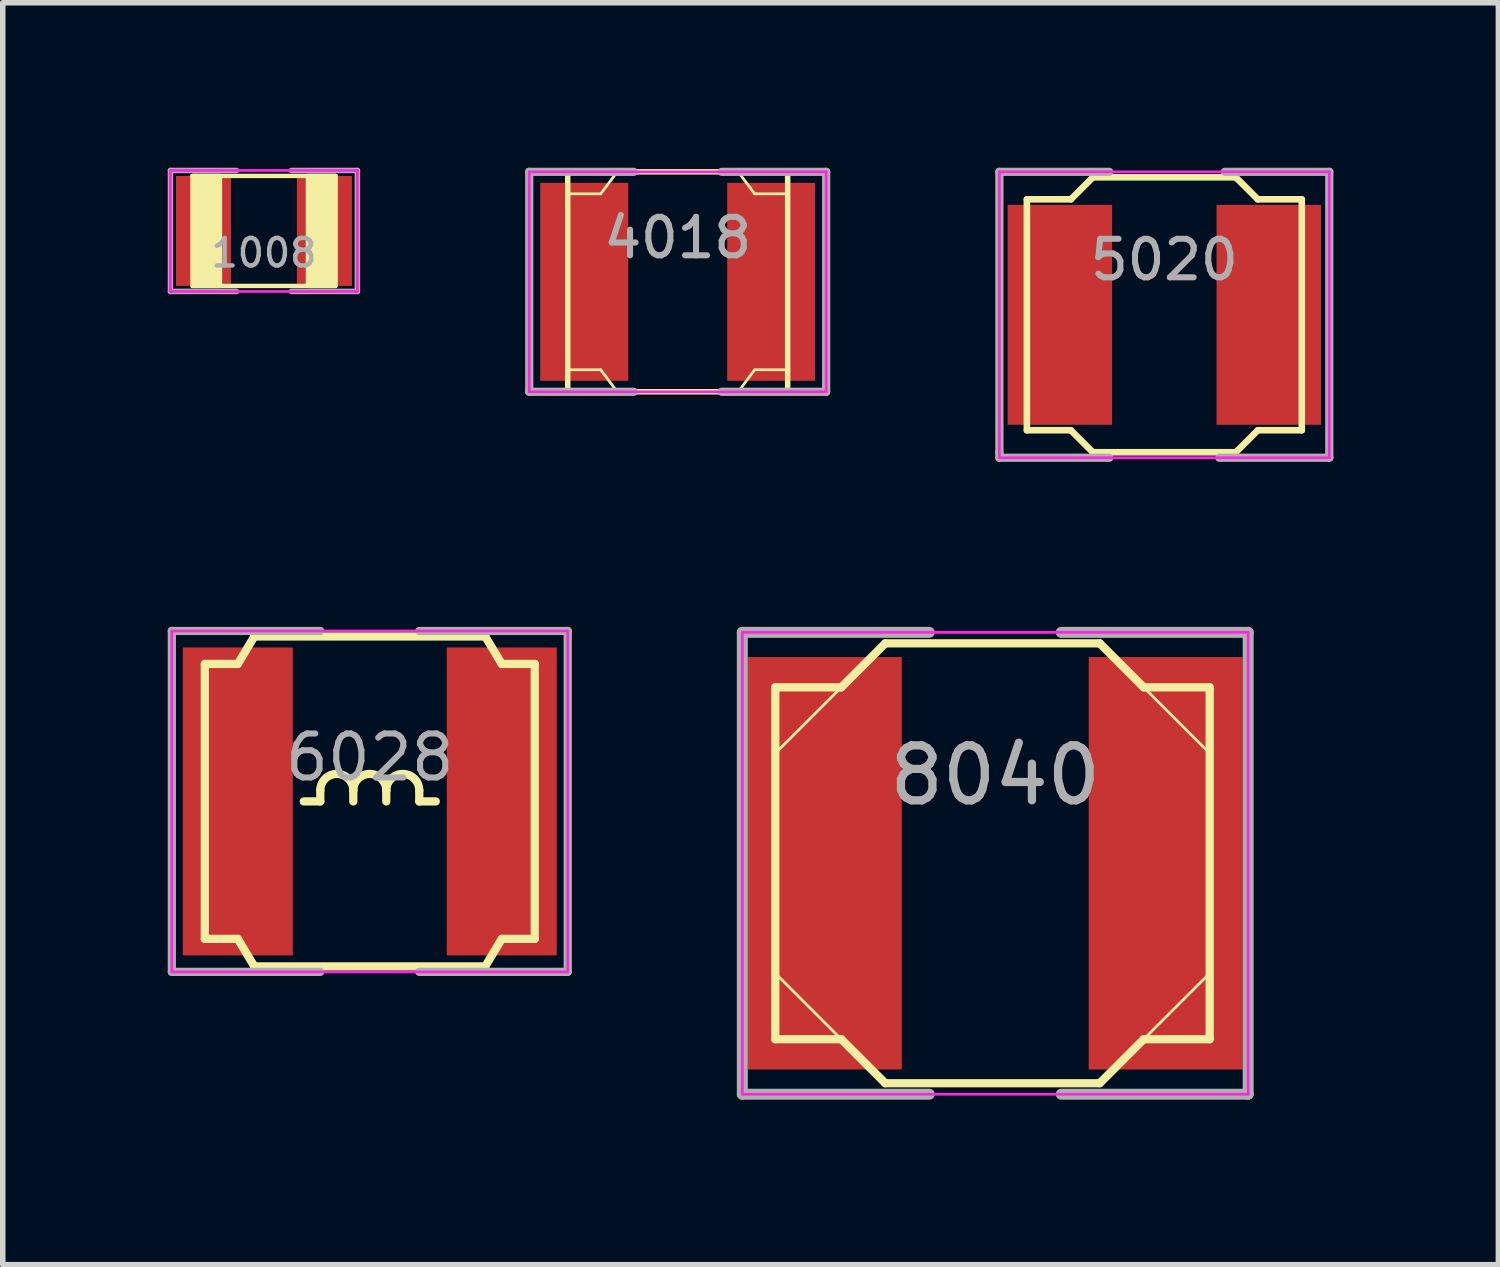
<source format=kicad_pcb>
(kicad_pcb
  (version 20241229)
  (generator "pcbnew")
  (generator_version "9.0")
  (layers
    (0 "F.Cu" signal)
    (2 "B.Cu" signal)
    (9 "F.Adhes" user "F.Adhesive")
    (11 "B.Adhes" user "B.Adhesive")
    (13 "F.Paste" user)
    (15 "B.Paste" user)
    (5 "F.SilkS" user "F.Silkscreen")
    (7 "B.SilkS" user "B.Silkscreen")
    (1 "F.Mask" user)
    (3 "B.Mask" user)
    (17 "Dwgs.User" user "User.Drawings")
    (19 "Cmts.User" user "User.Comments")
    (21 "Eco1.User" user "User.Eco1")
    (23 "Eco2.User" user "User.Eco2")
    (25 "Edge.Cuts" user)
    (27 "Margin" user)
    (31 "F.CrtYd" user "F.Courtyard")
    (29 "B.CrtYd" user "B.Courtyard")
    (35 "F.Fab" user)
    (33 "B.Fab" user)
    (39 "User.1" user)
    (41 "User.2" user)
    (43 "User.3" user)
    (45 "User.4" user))
  (footprint "5020"
    (layer "F.Cu")
    (at 18.125 2.675)
    (property "Reference" "5020" (at 0 -1 0) (layer "F.Fab") (effects (font (size 0.7 0.7) (thickness 0.11))))
    (attr through_hole)
    (fp_line (start -2.5 -2.1) (end -1.7 -2.1) (stroke (width 0.12) (type solid)) (layer "F.SilkS"))
    (fp_line (start -2.5 2.1) (end -2.5 -2.1) (stroke (width 0.12) (type solid)) (layer "F.SilkS"))
    (fp_line (start -1.7 -2.1) (end -1.3 -2.5) (stroke (width 0.12) (type solid)) (layer "F.SilkS"))
    (fp_line (start -1.7 2.1) (end -2.5 2.1) (stroke (width 0.12) (type solid)) (layer "F.SilkS"))
    (fp_line (start -1.7 2.1) (end -1.3 2.5) (stroke (width 0.12) (type solid)) (layer "F.SilkS"))
    (fp_line (start -1.3 -2.5) (end 1.3 -2.5) (stroke (width 0.12) (type solid)) (layer "F.SilkS"))
    (fp_line (start 1.3 2.5) (end -1.3 2.5) (stroke (width 0.12) (type solid)) (layer "F.SilkS"))
    (fp_line (start 1.7 -2.1) (end 1.3 -2.5) (stroke (width 0.12) (type solid)) (layer "F.SilkS"))
    (fp_line (start 1.7 -2.1) (end 2.5 -2.1) (stroke (width 0.12) (type solid)) (layer "F.SilkS"))
    (fp_line (start 1.7 2.1) (end 1.3 2.5) (stroke (width 0.12) (type solid)) (layer "F.SilkS"))
    (fp_line (start 2.5 2.1) (end 1.7 2.1) (stroke (width 0.12) (type solid)) (layer "F.SilkS"))
    (fp_line (start 2.5 2.1) (end 2.5 -2.1) (stroke (width 0.12) (type solid)) (layer "F.SilkS"))
    (fp_line (start -3 -2.6) (end 3 -2.6) (stroke (width 0.05) (type solid)) (layer "F.CrtYd"))
    (fp_line (start -3 2.6) (end -3 -2.6) (stroke (width 0.05) (type solid)) (layer "F.CrtYd"))
    (fp_line (start 3 -2.6) (end 3 2.6) (stroke (width 0.05) (type solid)) (layer "F.CrtYd"))
    (fp_line (start 3 2.6) (end -3 2.6) (stroke (width 0.05) (type solid)) (layer "F.CrtYd"))
    (fp_line (start -3 -2.6) (end -3 2.5) (stroke (width 0.15) (type solid)) (layer "F.Fab"))
    (fp_line (start -3 2.5) (end -3 2.6) (stroke (width 0.15) (type solid)) (layer "F.Fab"))
    (fp_line (start -3 2.6) (end -1 2.6) (stroke (width 0.15) (type solid)) (layer "F.Fab"))
    (fp_line (start -1 -2.6) (end -3 -2.6) (stroke (width 0.15) (type solid)) (layer "F.Fab"))
    (fp_line (start 1 2.6) (end 3 2.6) (stroke (width 0.15) (type solid)) (layer "F.Fab"))
    (fp_line (start 3 -2.6) (end 1.1 -2.6) (stroke (width 0.15) (type solid)) (layer "F.Fab"))
    (fp_line (start 3 2.6) (end 3 -2.6) (stroke (width 0.15) (type solid)) (layer "F.Fab"))
    (pad "1" smd rect (at -1.9 0 90) (size 4 1.9) (layers "F.Cu" "F.Mask" "F.Paste"))
    (pad "2" smd rect (at 1.9 0 90) (size 4 1.9) (layers "F.Cu" "F.Mask" "F.Paste")))
  (footprint "8040"
    (layer "F.Cu")
    (at 15.05 12.65)
    (property "Reference" "8040" (at 0 -1.6 0) (layer "F.Fab") (effects (font (size 1 1) (thickness 0.15))))
    (attr through_hole)
    (fp_line (start -4 -3.2) (end -4 3.2) (stroke (width 0.15) (type solid)) (layer "F.SilkS"))
    (fp_line (start -4 -3.2) (end -2.8 -3.2) (stroke (width 0.15) (type solid)) (layer "F.SilkS"))
    (fp_line (start -4 2) (end -2.8 3.2) (stroke (width 0.05) (type solid)) (layer "F.SilkS"))
    (fp_line (start -4 3.2) (end -2.8 3.2) (stroke (width 0.15) (type solid)) (layer "F.SilkS"))
    (fp_line (start -2.8 -3.2) (end -4 -2) (stroke (width 0.05) (type solid)) (layer "F.SilkS"))
    (fp_line (start -2.8 -3.2) (end -2 -4) (stroke (width 0.15) (type solid)) (layer "F.SilkS"))
    (fp_line (start -2.8 3.2) (end -2 4) (stroke (width 0.15) (type solid)) (layer "F.SilkS"))
    (fp_line (start -2 -4) (end 1.9 -4) (stroke (width 0.15) (type solid)) (layer "F.SilkS"))
    (fp_line (start -2 4) (end 1.9 4) (stroke (width 0.15) (type solid)) (layer "F.SilkS"))
    (fp_line (start 2.7 -3.2) (end 1.9 -4) (stroke (width 0.15) (type solid)) (layer "F.SilkS"))
    (fp_line (start 2.7 -3.2) (end 3.9 -2) (stroke (width 0.05) (type solid)) (layer "F.SilkS"))
    (fp_line (start 2.7 3.2) (end 1.9 4) (stroke (width 0.15) (type solid)) (layer "F.SilkS"))
    (fp_line (start 3.9 -3.2) (end 2.7 -3.2) (stroke (width 0.15) (type solid)) (layer "F.SilkS"))
    (fp_line (start 3.9 2) (end 2.7 3.2) (stroke (width 0.05) (type solid)) (layer "F.SilkS"))
    (fp_line (start 3.9 3.2) (end 2.7 3.2) (stroke (width 0.15) (type solid)) (layer "F.SilkS"))
    (fp_line (start 3.9 3.2) (end 3.9 -3.2) (stroke (width 0.15) (type solid)) (layer "F.SilkS"))
    (fp_line (start -4.6 -4.2) (end -4.6 4.2) (stroke (width 0.05) (type solid)) (layer "F.CrtYd"))
    (fp_line (start -4.6 4.2) (end 4.6 4.2) (stroke (width 0.05) (type solid)) (layer "F.CrtYd"))
    (fp_line (start 4.6 -4.2) (end -4.6 -4.2) (stroke (width 0.05) (type solid)) (layer "F.CrtYd"))
    (fp_line (start 4.6 4.2) (end 4.6 -4.2) (stroke (width 0.05) (type solid)) (layer "F.CrtYd"))
    (fp_line (start -4.6 -4.2) (end -4.6 4.2) (stroke (width 0.2) (type solid)) (layer "F.Fab"))
    (fp_line (start -4.6 4.2) (end -1.2 4.2) (stroke (width 0.2) (type solid)) (layer "F.Fab"))
    (fp_line (start -1.2 -4.2) (end -4.6 -4.2) (stroke (width 0.2) (type solid)) (layer "F.Fab"))
    (fp_line (start 1.2 4.2) (end 4.6 4.2) (stroke (width 0.2) (type solid)) (layer "F.Fab"))
    (fp_line (start 4.6 -4.2) (end 1.2 -4.2) (stroke (width 0.2) (type solid)) (layer "F.Fab"))
    (fp_line (start 4.6 4.2) (end 4.6 -4.2) (stroke (width 0.2) (type solid)) (layer "F.Fab"))
    (pad "1" smd rect (at -3.1 0 90) (size 7.5 2.8) (layers "F.Cu" "F.Mask" "F.Paste"))
    (pad "2" smd rect (at 3.1 0 90) (size 7.5 2.8) (layers "F.Cu" "F.Mask" "F.Paste")))
  (footprint "1008"
    (layer "F.Cu")
    (at 1.75 1.15)
    (property "Reference" "1008" (at 0 0.4 0) (layer "F.Fab") (effects (font (size 0.5 0.5) (thickness 0.08))))
    (attr smd)
    (fp_line (start -1.3 -1) (end 1.3 -1) (stroke (width 0.08) (type solid)) (layer "F.SilkS"))
    (fp_line (start -1.3 1) (end 1.3 1) (stroke (width 0.08) (type solid)) (layer "F.SilkS"))
    (fp_line (start -1.25 1) (end -1.25 -1) (stroke (width 0.08) (type solid)) (layer "F.SilkS"))
    (fp_line (start 1.3 1) (end 1.3 -1) (stroke (width 0.08) (type solid)) (layer "F.SilkS"))
    (fp_poly (pts (xy -0.8 1) (xy -1.3 1) (xy -1.3 -1) (xy -0.8 -1)) (stroke (width 0.08) (type solid)) (fill yes) (layer "F.SilkS"))
    (fp_poly (pts (xy 1.3 1) (xy 0.8 1) (xy 0.8 -1) (xy 1.3 -1)) (stroke (width 0.08) (type solid)) (fill yes) (layer "F.SilkS"))
    (fp_line (start -1.7 -1.1) (end 1.7 -1.1) (stroke (width 0.05) (type solid)) (layer "F.CrtYd"))
    (fp_line (start -1.7 1.1) (end -1.7 -1.1) (stroke (width 0.05) (type solid)) (layer "F.CrtYd"))
    (fp_line (start -1.7 1.1) (end 1.7 1.1) (stroke (width 0.05) (type solid)) (layer "F.CrtYd"))
    (fp_line (start 1.7 1.1) (end 1.7 -1.1) (stroke (width 0.05) (type solid)) (layer "F.CrtYd"))
    (fp_line (start -1.7 -1.1) (end -0.5 -1.1) (stroke (width 0.1) (type solid)) (layer "F.Fab"))
    (fp_line (start -1.7 1.1) (end -1.7 -1.1) (stroke (width 0.1) (type solid)) (layer "F.Fab"))
    (fp_line (start -1.7 1.1) (end -0.5 1.1) (stroke (width 0.1) (type solid)) (layer "F.Fab"))
    (fp_line (start 0.5 -1.1) (end 1.7 -1.1) (stroke (width 0.1) (type solid)) (layer "F.Fab"))
    (fp_line (start 0.5 1.1) (end 1.7 1.1) (stroke (width 0.1) (type solid)) (layer "F.Fab"))
    (fp_line (start 1.7 1.1) (end 1.7 -1.1) (stroke (width 0.1) (type solid)) (layer "F.Fab"))
    (pad "1" smd rect (at -1.1 0) (size 1 2) (layers "F.Cu" "F.Mask" "F.Paste"))
    (pad "2" smd rect (at 1.1 0) (size 1 2) (layers "F.Cu" "F.Mask" "F.Paste")))
  (footprint "4018"
    (layer "F.Cu")
    (at 9.275 2.075)
    (property "Reference" "4018" (at 0 -0.8 0) (layer "F.Fab") (effects (font (size 0.7 0.7) (thickness 0.11))))
    (attr through_hole)
    (fp_line (start -2 -2) (end -2 2) (stroke (width 0.1) (type solid)) (layer "F.SilkS"))
    (fp_line (start -2 -2) (end 2 -2) (stroke (width 0.1) (type solid)) (layer "F.SilkS"))
    (fp_line (start -2 -1.6) (end -1.4 -1.6) (stroke (width 0.05) (type solid)) (layer "F.SilkS"))
    (fp_line (start -2 1.6) (end -1.4 1.6) (stroke (width 0.05) (type solid)) (layer "F.SilkS"))
    (fp_line (start -2 2) (end 2 2) (stroke (width 0.1) (type solid)) (layer "F.SilkS"))
    (fp_line (start -1.4 -1.6) (end -1.1 -2) (stroke (width 0.05) (type solid)) (layer "F.SilkS"))
    (fp_line (start -1.4 1.6) (end -1.1 2) (stroke (width 0.05) (type solid)) (layer "F.SilkS"))
    (fp_line (start 1.4 -1.6) (end 1.1 -2) (stroke (width 0.05) (type solid)) (layer "F.SilkS"))
    (fp_line (start 1.4 1.6) (end 1.1 2) (stroke (width 0.05) (type solid)) (layer "F.SilkS"))
    (fp_line (start 2 -2) (end 2 2) (stroke (width 0.1) (type solid)) (layer "F.SilkS"))
    (fp_line (start 2 -1.6) (end 1.4 -1.6) (stroke (width 0.05) (type solid)) (layer "F.SilkS"))
    (fp_line (start 2 1.6) (end 1.4 1.6) (stroke (width 0.05) (type solid)) (layer "F.SilkS"))
    (fp_line (start -2.7 -2) (end 2.7 -2) (stroke (width 0.05) (type solid)) (layer "F.CrtYd"))
    (fp_line (start -2.7 2) (end -2.7 -2) (stroke (width 0.05) (type solid)) (layer "F.CrtYd"))
    (fp_line (start 2.7 -2) (end 2.7 2) (stroke (width 0.05) (type solid)) (layer "F.CrtYd"))
    (fp_line (start 2.7 2) (end -2.7 2) (stroke (width 0.05) (type solid)) (layer "F.CrtYd"))
    (fp_line (start -2.7 -2) (end -2.7 2) (stroke (width 0.15) (type solid)) (layer "F.Fab"))
    (fp_line (start -2.7 -2) (end -0.8 -2) (stroke (width 0.15) (type solid)) (layer "F.Fab"))
    (fp_line (start -2.7 2) (end -0.8 2) (stroke (width 0.15) (type solid)) (layer "F.Fab"))
    (fp_line (start 0.8 -2) (end 2.7 -2) (stroke (width 0.15) (type solid)) (layer "F.Fab"))
    (fp_line (start 0.8 2) (end 2.7 2) (stroke (width 0.15) (type solid)) (layer "F.Fab"))
    (fp_line (start 2.7 2) (end 2.7 -2) (stroke (width 0.15) (type solid)) (layer "F.Fab"))
    (pad "1" smd rect (at -1.7 0 90) (size 3.6 1.6) (layers "F.Cu" "F.Mask" "F.Paste"))
    (pad "2" smd rect (at 1.7 0 90) (size 3.6 1.6) (layers "F.Cu" "F.Mask" "F.Paste")))
  (footprint "6028"
    (layer "F.Cu")
    (at 3.675 11.525)
    (property "Reference" "6028" (at 0 -0.8 0) (layer "F.Fab") (effects (font (size 0.8 0.8) (thickness 0.11))))
    (attr through_hole)
    (fp_line (start -3 -2.5) (end -3 2.5) (stroke (width 0.15) (type solid)) (layer "F.SilkS"))
    (fp_line (start -3 2.5) (end -2.4 2.5) (stroke (width 0.15) (type solid)) (layer "F.SilkS"))
    (fp_line (start -2.4 -2.5) (end -3 -2.5) (stroke (width 0.15) (type solid)) (layer "F.SilkS"))
    (fp_line (start -2.4 -2.5) (end -2.1 -3) (stroke (width 0.15) (type solid)) (layer "F.SilkS"))
    (fp_line (start -2.4 2.5) (end -2.1 3) (stroke (width 0.15) (type solid)) (layer "F.SilkS"))
    (fp_line (start -2.1 3) (end 2.1 3) (stroke (width 0.15) (type solid)) (layer "F.SilkS"))
    (fp_line (start -0.9 -0.2) (end -0.9 0) (stroke (width 0.15) (type solid)) (layer "F.SilkS"))
    (fp_line (start -0.9 -0.1) (end -0.9 0) (stroke (width 0.12) (type solid)) (layer "F.SilkS"))
    (fp_line (start -0.9 0) (end -1.2 0) (stroke (width 0.15) (type solid)) (layer "F.SilkS"))
    (fp_line (start -0.3 -0.2) (end -0.3 0) (stroke (width 0.15) (type solid)) (layer "F.SilkS"))
    (fp_line (start 0.3 -0.2) (end 0.3 0) (stroke (width 0.15) (type solid)) (layer "F.SilkS"))
    (fp_line (start 0.9 -0.2) (end 0.9 0) (stroke (width 0.15) (type solid)) (layer "F.SilkS"))
    (fp_line (start 0.9 0) (end 1.2 0) (stroke (width 0.15) (type solid)) (layer "F.SilkS"))
    (fp_line (start 2.1 -3) (end -2.1 -3) (stroke (width 0.15) (type solid)) (layer "F.SilkS"))
    (fp_line (start 2.4 -2.5) (end 2.1 -3) (stroke (width 0.15) (type solid)) (layer "F.SilkS"))
    (fp_line (start 2.4 2.5) (end 2.1 3) (stroke (width 0.15) (type solid)) (layer "F.SilkS"))
    (fp_line (start 2.4 2.5) (end 3 2.5) (stroke (width 0.15) (type solid)) (layer "F.SilkS"))
    (fp_line (start 3 -2.5) (end 2.4 -2.5) (stroke (width 0.15) (type solid)) (layer "F.SilkS"))
    (fp_line (start 3 2.5) (end 3 -2.5) (stroke (width 0.15) (type solid)) (layer "F.SilkS"))
    (fp_arc (start -0.9 -0.2) (mid -0.6 -0.5) (end -0.3 -0.2) (stroke (width 0.15) (type solid)) (layer "F.SilkS"))
    (fp_arc (start -0.3 -0.2) (mid 0 -0.5) (end 0.3 -0.2) (stroke (width 0.15) (type solid)) (layer "F.SilkS"))
    (fp_arc (start 0.3 -0.2) (mid 0.6 -0.5) (end 0.9 -0.2) (stroke (width 0.15) (type solid)) (layer "F.SilkS"))
    (fp_line (start -3.6 -3.1) (end 3.6 -3.1) (stroke (width 0.05) (type solid)) (layer "F.CrtYd"))
    (fp_line (start -3.6 3.1) (end -3.6 -3.1) (stroke (width 0.05) (type solid)) (layer "F.CrtYd"))
    (fp_line (start 3.6 -3.1) (end 3.6 3.1) (stroke (width 0.05) (type solid)) (layer "F.CrtYd"))
    (fp_line (start 3.6 3.1) (end -3.6 3.1) (stroke (width 0.05) (type solid)) (layer "F.CrtYd"))
    (fp_line (start -3.6 3.1) (end -3.6 -3.1) (stroke (width 0.15) (type solid)) (layer "F.Fab"))
    (fp_line (start -0.9 -3.1) (end -3.6 -3.1) (stroke (width 0.15) (type solid)) (layer "F.Fab"))
    (fp_line (start -0.9 3.1) (end -3.6 3.1) (stroke (width 0.15) (type solid)) (layer "F.Fab"))
    (fp_line (start 3.6 -3.1) (end 0.9 -3.1) (stroke (width 0.15) (type solid)) (layer "F.Fab"))
    (fp_line (start 3.6 3.1) (end 0.9 3.1) (stroke (width 0.15) (type solid)) (layer "F.Fab"))
    (fp_line (start 3.6 3.1) (end 3.6 -3.1) (stroke (width 0.15) (type solid)) (layer "F.Fab"))
    (pad "1" smd rect (at -2.4 0 90) (size 5.6 2) (layers "F.Cu" "F.Mask" "F.Paste"))
    (pad "2" smd rect (at 2.4 0 90) (size 5.6 2) (layers "F.Cu" "F.Mask" "F.Paste")))
  (gr_rect
    (start -3 -3)
    (end 24.2 19.95)
    (stroke (width 0.1) (type default))
    (fill no)
    (layer "Edge.Cuts")))
</source>
